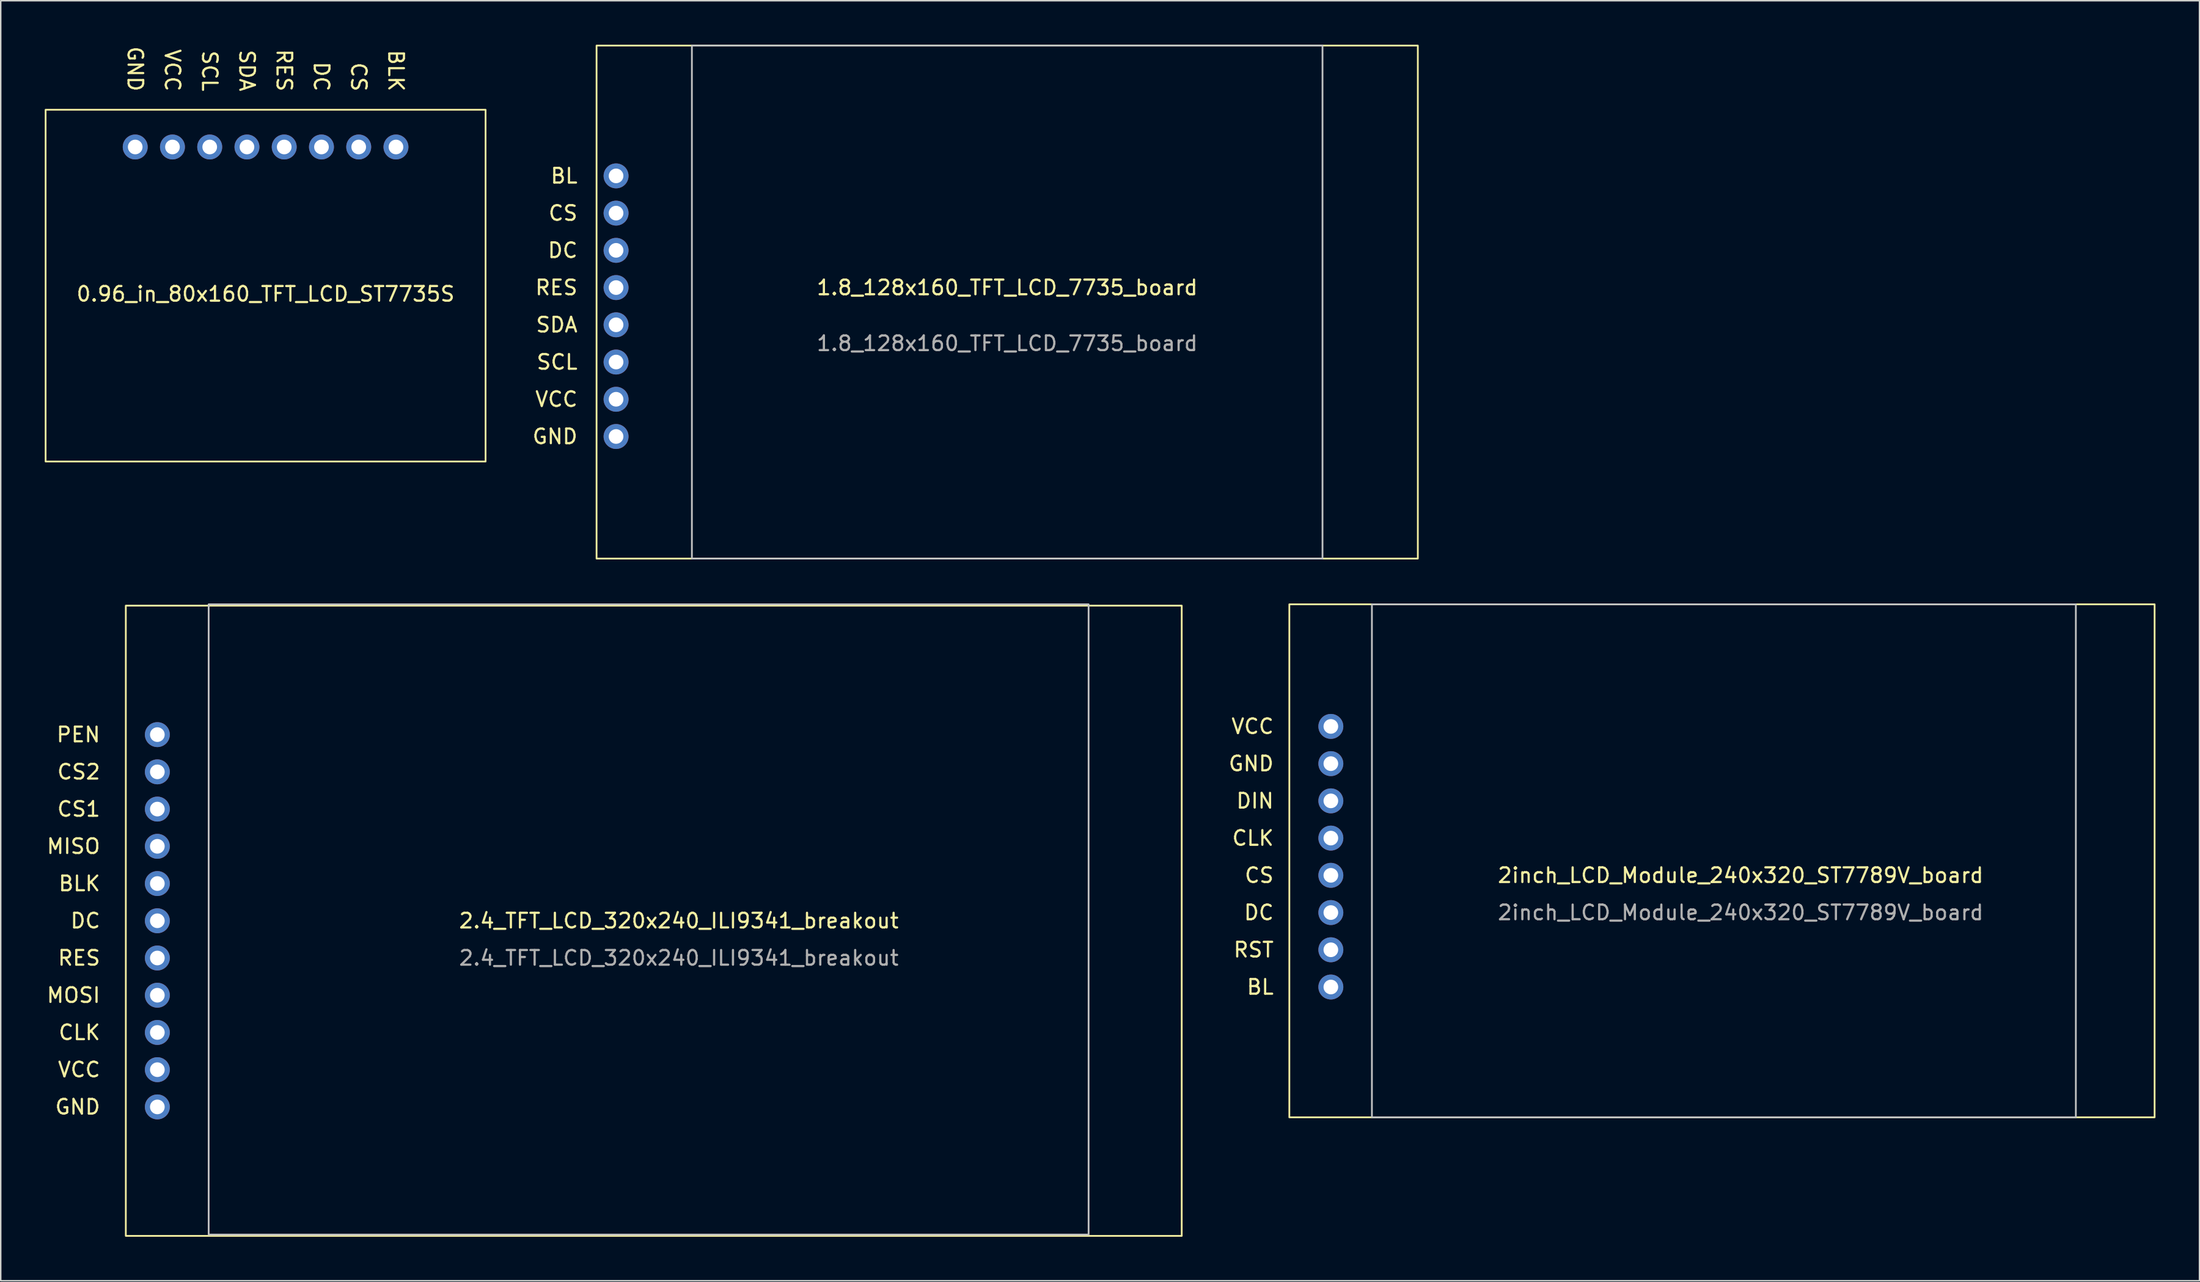
<source format=kicad_pcb>
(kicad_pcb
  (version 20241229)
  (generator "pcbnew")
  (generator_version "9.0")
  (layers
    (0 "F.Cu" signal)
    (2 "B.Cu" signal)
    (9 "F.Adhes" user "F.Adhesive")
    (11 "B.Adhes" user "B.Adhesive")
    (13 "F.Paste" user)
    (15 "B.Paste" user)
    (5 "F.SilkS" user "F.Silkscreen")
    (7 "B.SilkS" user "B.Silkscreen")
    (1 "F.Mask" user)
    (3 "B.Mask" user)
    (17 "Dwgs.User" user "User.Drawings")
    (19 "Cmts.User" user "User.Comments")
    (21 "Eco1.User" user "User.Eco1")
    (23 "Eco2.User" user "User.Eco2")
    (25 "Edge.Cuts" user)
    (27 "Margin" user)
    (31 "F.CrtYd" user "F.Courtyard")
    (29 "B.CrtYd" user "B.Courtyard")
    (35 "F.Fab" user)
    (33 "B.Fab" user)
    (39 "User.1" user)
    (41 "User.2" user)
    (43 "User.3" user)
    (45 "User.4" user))
  (footprint "2inch_LCD_Module_240x320_ST7789V_board"
    (layer "F.Cu")
    (at 114.367 56.67)
    (property "Reference" "2inch_LCD_Module_240x320_ST7789V_board" (at 1.27 0 0) (unlocked yes) (layer "F.SilkS") (effects (font (size 1 1) (thickness 0.15))))
    (attr through_hole)
    (fp_rect (start -29.5 -18.49) (end 29.5 16.51) (stroke (width 0.12) (type solid)) (fill no) (layer "F.SilkS"))
    (fp_rect (start -23.87 -18.49) (end 24.13 16.51) (stroke (width 0.12) (type solid)) (fill no) (layer "Dwgs.User"))
    (fp_text user "GND" (at -30.48 -7.62 0) (unlocked yes) (layer "F.SilkS") (effects (font (size 1 1) (thickness 0.15)) (justify right)))
    (fp_text user "DC" (at -30.48 2.54 0) (unlocked yes) (layer "F.SilkS") (effects (font (size 1 1) (thickness 0.15)) (justify right)))
    (fp_text user "BL" (at -30.48 7.62 0) (unlocked yes) (layer "F.SilkS") (effects (font (size 1 1) (thickness 0.15)) (justify right)))
    (fp_text user "CLK" (at -30.48 -2.54 0) (unlocked yes) (layer "F.SilkS") (effects (font (size 1 1) (thickness 0.15)) (justify right)))
    (fp_text user "RST" (at -30.48 5.08 0) (unlocked yes) (layer "F.SilkS") (effects (font (size 1 1) (thickness 0.15)) (justify right)))
    (fp_text user "DIN" (at -30.48 -5.08 0) (unlocked yes) (layer "F.SilkS") (effects (font (size 1 1) (thickness 0.15)) (justify right)))
    (fp_text user "CS" (at -30.48 0 0) (unlocked yes) (layer "F.SilkS") (effects (font (size 1 1) (thickness 0.15)) (justify right)))
    (fp_text user "VCC" (at -30.48 -10.16 0) (unlocked yes) (layer "F.SilkS") (effects (font (size 1 1) (thickness 0.15)) (justify right)))
    (fp_text user "${REFERENCE}" (at 1.27 2.54 0) (unlocked yes) (layer "F.Fab") (effects (font (size 1 1) (thickness 0.15))))
    (pad "1" thru_hole circle (at -26.67 -10.16) (size 1.7 1.7) (drill 1) (layers "*.Cu" "*.Mask"))
    (pad "2" thru_hole circle (at -26.67 -7.62) (size 1.7 1.7) (drill 1) (layers "*.Cu" "*.Mask"))
    (pad "3" thru_hole circle (at -26.67 -5.08) (size 1.7 1.7) (drill 1) (layers "*.Cu" "*.Mask"))
    (pad "4" thru_hole circle (at -26.67 -2.54) (size 1.7 1.7) (drill 1) (layers "*.Cu" "*.Mask"))
    (pad "5" thru_hole circle (at -26.67 0) (size 1.7 1.7) (drill 1) (layers "*.Cu" "*.Mask"))
    (pad "6" thru_hole circle (at -26.67 2.54) (size 1.7 1.7) (drill 1) (layers "*.Cu" "*.Mask"))
    (pad "7" thru_hole circle (at -26.67 5.08) (size 1.7 1.7) (drill 1) (layers "*.Cu" "*.Mask"))
    (pad "8" thru_hole circle (at -26.67 7.62) (size 1.7 1.7) (drill 1) (layers "*.Cu" "*.Mask")))
  (footprint "2.4_TFT_LCD_320x240_ILI9341_breakout"
    (layer "F.Cu")
    (at 43.239 59.77)
    (property "Reference" "2.4_TFT_LCD_320x240_ILI9341_breakout" (at 0 0 0) (unlocked yes) (layer "F.SilkS") (effects (font (size 1 1) (thickness 0.15))))
    (attr through_hole)
    (fp_rect (start -37.71 -21.5) (end 34.29 21.5) (stroke (width 0.12) (type solid)) (fill no) (layer "F.SilkS"))
    (fp_rect (start -32.06 -21.59) (end 27.94 21.41) (stroke (width 0.12) (type solid)) (fill no) (layer "Dwgs.User"))
    (fp_text user "DC" (at -39.37 0 0) (unlocked yes) (layer "F.SilkS") (effects (font (size 1 1) (thickness 0.15)) (justify right)))
    (fp_text user "CLK" (at -39.37 7.62 0) (unlocked yes) (layer "F.SilkS") (effects (font (size 1 1) (thickness 0.15)) (justify right)))
    (fp_text user "GND" (at -39.37 12.7 0) (unlocked yes) (layer "F.SilkS") (effects (font (size 1 1) (thickness 0.15)) (justify right)))
    (fp_text user "MISO" (at -39.37 -5.08 0) (unlocked yes) (layer "F.SilkS") (effects (font (size 1 1) (thickness 0.15)) (justify right)))
    (fp_text user "MOSI" (at -39.37 5.08 0) (unlocked yes) (layer "F.SilkS") (effects (font (size 1 1) (thickness 0.15)) (justify right)))
    (fp_text user "PEN" (at -39.37 -12.7 0) (unlocked yes) (layer "F.SilkS") (effects (font (size 1 1) (thickness 0.15)) (justify right)))
    (fp_text user "CS2" (at -39.37 -10.16 0) (unlocked yes) (layer "F.SilkS") (effects (font (size 1 1) (thickness 0.15)) (justify right)))
    (fp_text user "VCC" (at -39.37 10.16 0) (unlocked yes) (layer "F.SilkS") (effects (font (size 1 1) (thickness 0.15)) (justify right)))
    (fp_text user "RES" (at -39.37 2.54 0) (unlocked yes) (layer "F.SilkS") (effects (font (size 1 1) (thickness 0.15)) (justify right)))
    (fp_text user "BLK" (at -39.37 -2.54 0) (unlocked yes) (layer "F.SilkS") (effects (font (size 1 1) (thickness 0.15)) (justify right)))
    (fp_text user "CS1" (at -39.37 -7.62 0) (unlocked yes) (layer "F.SilkS") (effects (font (size 1 1) (thickness 0.15)) (justify right)))
    (fp_text user "${REFERENCE}" (at 0 2.54 0) (unlocked yes) (layer "F.Fab") (effects (font (size 1 1) (thickness 0.15))))
    (pad "1" thru_hole circle (at -35.56 -12.7) (size 1.7 1.7) (drill 1) (layers "*.Cu" "*.Mask"))
    (pad "2" thru_hole circle (at -35.56 -10.16) (size 1.7 1.7) (drill 1) (layers "*.Cu" "*.Mask"))
    (pad "3" thru_hole circle (at -35.56 -7.62) (size 1.7 1.7) (drill 1) (layers "*.Cu" "*.Mask"))
    (pad "4" thru_hole circle (at -35.56 -5.08) (size 1.7 1.7) (drill 1) (layers "*.Cu" "*.Mask"))
    (pad "5" thru_hole circle (at -35.56 -2.54) (size 1.7 1.7) (drill 1) (layers "*.Cu" "*.Mask"))
    (pad "6" thru_hole circle (at -35.56 0) (size 1.7 1.7) (drill 1) (layers "*.Cu" "*.Mask"))
    (pad "7" thru_hole circle (at -35.56 2.54) (size 1.7 1.7) (drill 1) (layers "*.Cu" "*.Mask"))
    (pad "8" thru_hole circle (at -35.56 5.08) (size 1.7 1.7) (drill 1) (layers "*.Cu" "*.Mask"))
    (pad "9" thru_hole circle (at -35.56 7.62) (size 1.7 1.7) (drill 1) (layers "*.Cu" "*.Mask"))
    (pad "10" thru_hole circle (at -35.56 10.16) (size 1.7 1.7) (drill 1) (layers "*.Cu" "*.Mask"))
    (pad "11" thru_hole circle (at -35.56 12.7) (size 1.7 1.7) (drill 1) (layers "*.Cu" "*.Mask")))
  (footprint "1.8_128x160_TFT_LCD_7735_board"
    (layer "F.Cu")
    (at 65.628 16.57)
    (property "Reference" "1.8_128x160_TFT_LCD_7735_board" (at 0 0 0) (unlocked yes) (layer "F.SilkS") (effects (font (size 1 1) (thickness 0.15))))
    (attr through_hole)
    (fp_rect (start -28 -16.51) (end 28 18.49) (stroke (width 0.12) (type solid)) (fill no) (layer "F.SilkS"))
    (fp_rect (start -21.5 -16.51) (end 21.5 18.49) (stroke (width 0.12) (type solid)) (fill no) (layer "Dwgs.User"))
    (fp_text user "VCC" (at -29.21 7.62 0) (unlocked yes) (layer "F.SilkS") (effects (font (size 1 1) (thickness 0.15)) (justify right)))
    (fp_text user "DC" (at -29.21 -2.54 0) (unlocked yes) (layer "F.SilkS") (effects (font (size 1 1) (thickness 0.15)) (justify right)))
    (fp_text user "SDA" (at -29.21 2.54 0) (unlocked yes) (layer "F.SilkS") (effects (font (size 1 1) (thickness 0.15)) (justify right)))
    (fp_text user "SCL" (at -29.21 5.08 0) (unlocked yes) (layer "F.SilkS") (effects (font (size 1 1) (thickness 0.15)) (justify right)))
    (fp_text user "BL" (at -29.21 -7.62 0) (unlocked yes) (layer "F.SilkS") (effects (font (size 1 1) (thickness 0.15)) (justify right)))
    (fp_text user "RES" (at -29.21 0 0) (unlocked yes) (layer "F.SilkS") (effects (font (size 1 1) (thickness 0.15)) (justify right)))
    (fp_text user "CS" (at -29.21 -5.08 0) (unlocked yes) (layer "F.SilkS") (effects (font (size 1 1) (thickness 0.15)) (justify right)))
    (fp_text user "GND" (at -29.21 10.16 0) (unlocked yes) (layer "F.SilkS") (effects (font (size 1 1) (thickness 0.15)) (justify right)))
    (fp_text user "${REFERENCE}" (at 0 3.81 0) (unlocked yes) (layer "F.Fab") (effects (font (size 1 1) (thickness 0.15))))
    (pad "1" thru_hole circle (at -26.67 -7.62) (size 1.7 1.7) (drill 1) (layers "*.Cu" "*.Mask"))
    (pad "2" thru_hole circle (at -26.67 -5.08) (size 1.7 1.7) (drill 1) (layers "*.Cu" "*.Mask"))
    (pad "3" thru_hole circle (at -26.67 -2.54) (size 1.7 1.7) (drill 1) (layers "*.Cu" "*.Mask"))
    (pad "4" thru_hole circle (at -26.67 0) (size 1.7 1.7) (drill 1) (layers "*.Cu" "*.Mask"))
    (pad "5" thru_hole circle (at -26.67 2.54) (size 1.7 1.7) (drill 1) (layers "*.Cu" "*.Mask"))
    (pad "6" thru_hole circle (at -26.67 5.08) (size 1.7 1.7) (drill 1) (layers "*.Cu" "*.Mask"))
    (pad "7" thru_hole circle (at -26.67 7.62) (size 1.7 1.7) (drill 1) (layers "*.Cu" "*.Mask"))
    (pad "8" thru_hole circle (at -26.67 10.16) (size 1.7 1.7) (drill 1) (layers "*.Cu" "*.Mask")))
  (footprint "0.96_in_80x160_TFT_LCD_ST7735S"
    (layer "F.Cu")
    (at 15.06 17.008)
    (property "Reference" "0.96_in_80x160_TFT_LCD_ST7735S" (at 0 0 0) (unlocked yes) (layer "F.SilkS") (effects (font (size 1 1) (thickness 0.15))))
    (attr through_hole)
    (fp_rect (start -15 -12.57) (end 15 11.43) (stroke (width 0.12) (type solid)) (fill no) (layer "F.SilkS"))
    (fp_text user "CS" (at 6.35 -14.811 270) (unlocked yes) (layer "F.SilkS") (effects (font (size 1 1) (thickness 0.15))))
    (fp_text user "VCC" (at -6.35 -15.264 270) (unlocked yes) (layer "F.SilkS") (effects (font (size 1 1) (thickness 0.15))))
    (fp_text user "SDA" (at -1.27 -15.24 270) (unlocked yes) (layer "F.SilkS") (effects (font (size 1 1) (thickness 0.15))))
    (fp_text user "BLK" (at 8.89 -15.24 270) (unlocked yes) (layer "F.SilkS") (effects (font (size 1 1) (thickness 0.15))))
    (fp_text user "GND" (at -8.89 -15.359 270) (unlocked yes) (layer "F.SilkS") (effects (font (size 1 1) (thickness 0.15))))
    (fp_text user "SCL" (at -3.81 -15.216 270) (unlocked yes) (layer "F.SilkS") (effects (font (size 1 1) (thickness 0.15))))
    (fp_text user "RES" (at 1.27 -15.264 270) (unlocked yes) (layer "F.SilkS") (effects (font (size 1 1) (thickness 0.15))))
    (fp_text user "DC" (at 3.81 -14.835 270) (unlocked yes) (layer "F.SilkS") (effects (font (size 1 1) (thickness 0.15))))
    (pad "1" thru_hole circle (at -8.89 -10.03 90) (size 1.7 1.7) (drill 1) (layers "*.Cu" "*.Mask"))
    (pad "2" thru_hole circle (at -6.35 -10.03 90) (size 1.7 1.7) (drill 1) (layers "*.Cu" "*.Mask"))
    (pad "3" thru_hole circle (at -3.81 -10.03 90) (size 1.7 1.7) (drill 1) (layers "*.Cu" "*.Mask"))
    (pad "4" thru_hole circle (at -1.27 -10.03 90) (size 1.7 1.7) (drill 1) (layers "*.Cu" "*.Mask"))
    (pad "5" thru_hole circle (at 1.27 -10.03 90) (size 1.7 1.7) (drill 1) (layers "*.Cu" "*.Mask"))
    (pad "6" thru_hole circle (at 3.81 -10.03 90) (size 1.7 1.7) (drill 1) (layers "*.Cu" "*.Mask"))
    (pad "7" thru_hole circle (at 6.35 -10.03 90) (size 1.7 1.7) (drill 1) (layers "*.Cu" "*.Mask"))
    (pad "8" thru_hole circle (at 8.89 -10.03 90) (size 1.7 1.7) (drill 1) (layers "*.Cu" "*.Mask")))
  (gr_rect
    (start -3 -3)
    (end 146.927 84.33)
    (stroke (width 0.1) (type default))
    (fill no)
    (layer "Edge.Cuts")))
</source>
